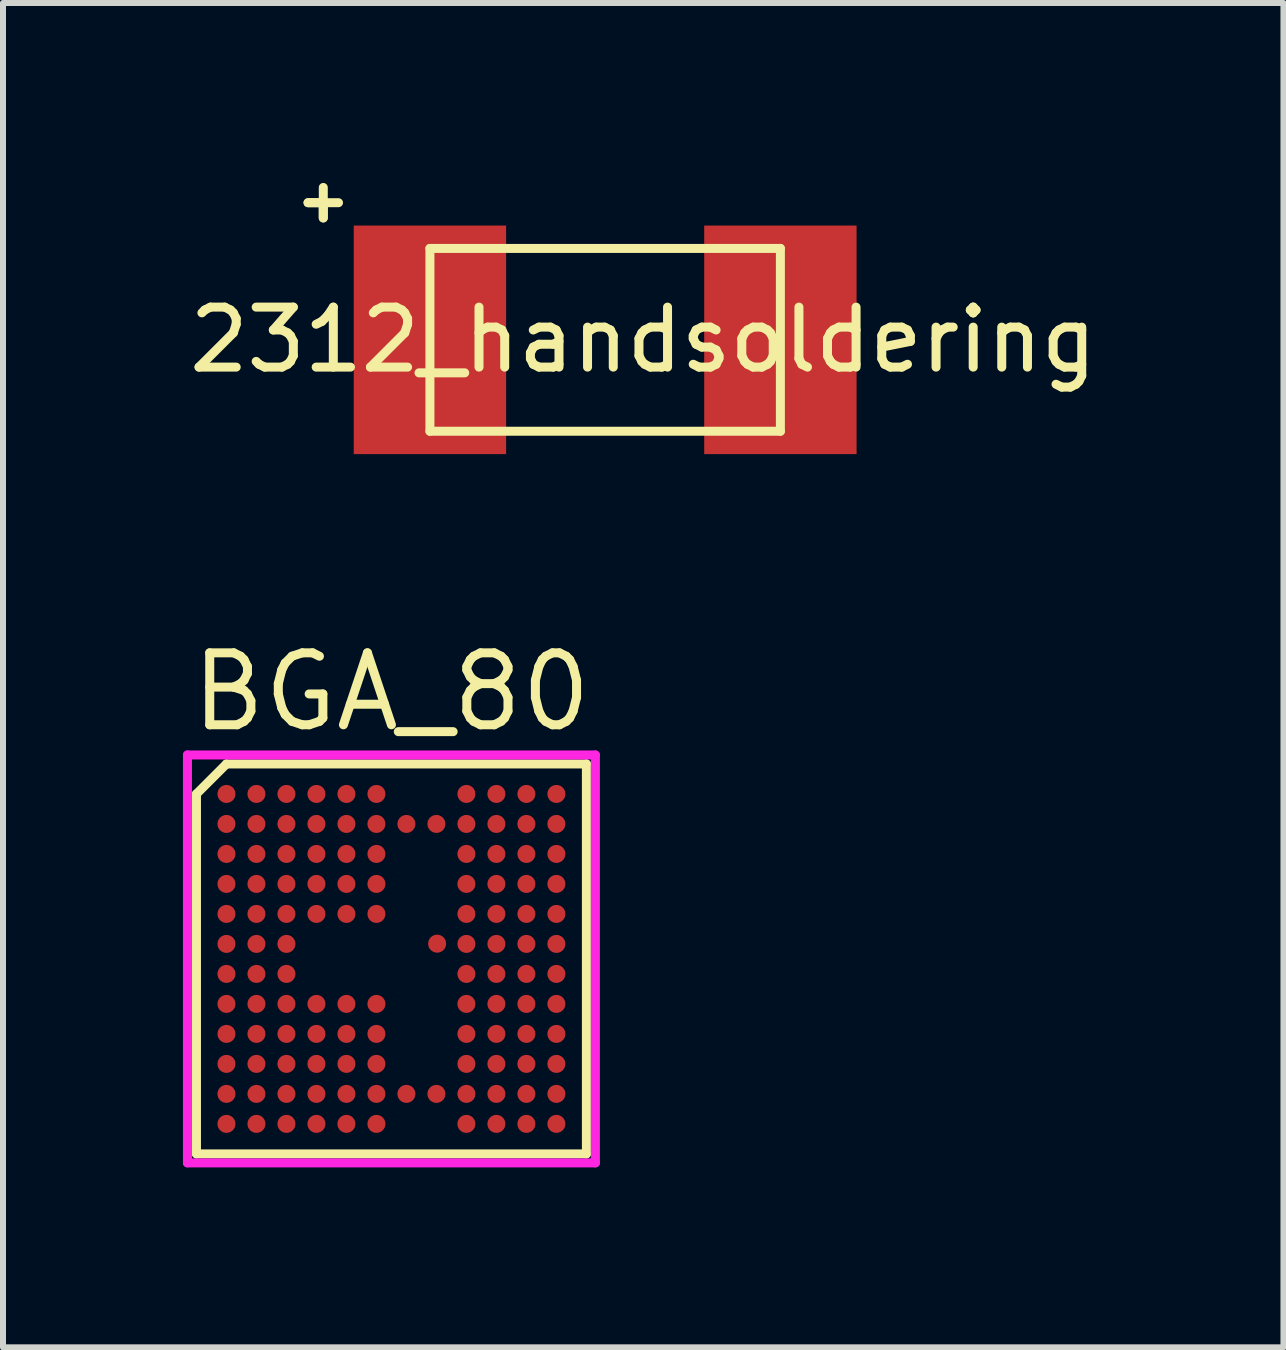
<source format=kicad_pcb>
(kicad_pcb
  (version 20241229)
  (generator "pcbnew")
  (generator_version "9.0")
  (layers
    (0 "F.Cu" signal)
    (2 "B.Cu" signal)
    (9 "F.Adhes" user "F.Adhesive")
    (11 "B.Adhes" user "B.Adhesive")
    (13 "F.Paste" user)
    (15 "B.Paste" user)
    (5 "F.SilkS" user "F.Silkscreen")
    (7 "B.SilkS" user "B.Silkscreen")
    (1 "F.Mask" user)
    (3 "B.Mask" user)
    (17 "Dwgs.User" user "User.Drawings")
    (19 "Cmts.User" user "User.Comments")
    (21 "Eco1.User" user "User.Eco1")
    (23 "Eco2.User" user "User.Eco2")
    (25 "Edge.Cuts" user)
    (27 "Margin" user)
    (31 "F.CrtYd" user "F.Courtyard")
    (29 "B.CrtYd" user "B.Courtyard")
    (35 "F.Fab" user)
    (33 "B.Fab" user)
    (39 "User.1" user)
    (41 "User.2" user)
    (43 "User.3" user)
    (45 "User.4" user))
  (footprint "2312_handsoldering"
    (layer "F.Cu")
    (at 7.165 2.615)
    (property "Reference" "2312_handsoldering" (at 0.508 0 0) (layer "F.SilkS") (effects (font (size 1 1) (thickness 0.15))))
    (attr through_hole)
    (fp_line (start -5.08 -2.286) (end -4.572 -2.286) (stroke (width 0.15) (type solid)) (layer "F.SilkS"))
    (fp_line (start -4.826 -2.54) (end -4.826 -2.032) (stroke (width 0.15) (type solid)) (layer "F.SilkS"))
    (fp_line (start -4.826 -2.286) (end -5.08 -2.286) (stroke (width 0.15) (type solid)) (layer "F.SilkS"))
    (fp_line (start -4.826 -2.032) (end -4.826 -2.286) (stroke (width 0.15) (type solid)) (layer "F.SilkS"))
    (fp_line (start -3.048 -1.524) (end 2.794 -1.524) (stroke (width 0.15) (type solid)) (layer "F.SilkS"))
    (fp_line (start -3.048 1.524) (end -3.048 -1.524) (stroke (width 0.15) (type solid)) (layer "F.SilkS"))
    (fp_line (start -3.048 1.524) (end 2.794 1.524) (stroke (width 0.15) (type solid)) (layer "F.SilkS"))
    (fp_line (start 2.794 -1.524) (end 2.794 1.524) (stroke (width 0.15) (type solid)) (layer "F.SilkS"))
    (pad "1" smd rect (at -3.048 0) (size 2.54 3.81) (layers "F.Cu" "F.Mask" "F.Paste"))
    (pad "2" smd rect (at 2.794 0) (size 2.54 3.81) (layers "F.Cu" "F.Mask" "F.Paste")))
  (footprint "BGA_80"
    (layer "F.Cu")
    (at 3.475 12.935)
    (property "Reference" "BGA_80" (at 0 -4.45 0) (layer "F.SilkS") (effects (font (size 1.2 1.2) (thickness 0.15))))
    (attr through_hole)
    (fp_line (start -3.25 -2.75) (end -3.25 3.25) (stroke (width 0.15) (type solid)) (layer "F.SilkS"))
    (fp_line (start -3.25 3.25) (end 3.25 3.25) (stroke (width 0.15) (type solid)) (layer "F.SilkS"))
    (fp_line (start -2.75 -3.25) (end -3.25 -2.75) (stroke (width 0.15) (type solid)) (layer "F.SilkS"))
    (fp_line (start 3.25 -3.25) (end -2.75 -3.25) (stroke (width 0.15) (type solid)) (layer "F.SilkS"))
    (fp_line (start 3.25 3.25) (end 3.25 -3.25) (stroke (width 0.15) (type solid)) (layer "F.SilkS"))
    (fp_line (start -3.4 -3.4) (end 3.4 -3.4) (stroke (width 0.15) (type solid)) (layer "F.CrtYd"))
    (fp_line (start -3.4 3.4) (end -3.4 -3.4) (stroke (width 0.15) (type solid)) (layer "F.CrtYd"))
    (fp_line (start 3.4 -3.4) (end 3.4 3.4) (stroke (width 0.15) (type solid)) (layer "F.CrtYd"))
    (fp_line (start 3.4 3.4) (end -3.4 3.4) (stroke (width 0.15) (type solid)) (layer "F.CrtYd"))
    (pad "A1" smd circle (at -2.75 -2.75) (size 0.3 0.3) (layers "F.Cu" "F.Mask" "F.Paste"))
    (pad "A2" smd circle (at -2.25 -2.75) (size 0.3 0.3) (layers "F.Cu" "F.Mask" "F.Paste"))
    (pad "A3" smd circle (at -1.75 -2.75) (size 0.3 0.3) (layers "F.Cu" "F.Mask" "F.Paste"))
    (pad "A4" smd circle (at -1.25 -2.75) (size 0.3 0.3) (layers "F.Cu" "F.Mask" "F.Paste"))
    (pad "A5" smd circle (at -0.75 -2.75) (size 0.3 0.3) (layers "F.Cu" "F.Mask" "F.Paste"))
    (pad "A6" smd circle (at -0.25 -2.75) (size 0.3 0.3) (layers "F.Cu" "F.Mask" "F.Paste"))
    (pad "A9" smd circle (at 1.25 -2.75) (size 0.3 0.3) (layers "F.Cu" "F.Mask" "F.Paste"))
    (pad "A10" smd circle (at 1.75 -2.75) (size 0.3 0.3) (layers "F.Cu" "F.Mask" "F.Paste"))
    (pad "A11" smd circle (at 2.25 -2.75) (size 0.3 0.3) (layers "F.Cu" "F.Mask" "F.Paste"))
    (pad "A12" smd circle (at 2.75 -2.75) (size 0.3 0.3) (layers "F.Cu" "F.Mask" "F.Paste"))
    (pad "B1" smd circle (at -2.75 -2.25) (size 0.3 0.3) (layers "F.Cu" "F.Mask" "F.Paste"))
    (pad "B2" smd circle (at -2.25 -2.25) (size 0.3 0.3) (layers "F.Cu" "F.Mask" "F.Paste"))
    (pad "B3" smd circle (at -1.75 -2.25) (size 0.3 0.3) (layers "F.Cu" "F.Mask" "F.Paste"))
    (pad "B4" smd circle (at -1.25 -2.25) (size 0.3 0.3) (layers "F.Cu" "F.Mask" "F.Paste"))
    (pad "B5" smd circle (at -0.75 -2.25) (size 0.3 0.3) (layers "F.Cu" "F.Mask" "F.Paste"))
    (pad "B6" smd circle (at -0.25 -2.25) (size 0.3 0.3) (layers "F.Cu" "F.Mask" "F.Paste"))
    (pad "B7" smd circle (at 0.25 -2.25) (size 0.3 0.3) (layers "F.Cu" "F.Mask" "F.Paste"))
    (pad "B8" smd circle (at 0.75 -2.25) (size 0.3 0.3) (layers "F.Cu" "F.Mask" "F.Paste"))
    (pad "B9" smd circle (at 1.25 -2.25) (size 0.3 0.3) (layers "F.Cu" "F.Mask" "F.Paste"))
    (pad "B10" smd circle (at 1.75 -2.25) (size 0.3 0.3) (layers "F.Cu" "F.Mask" "F.Paste"))
    (pad "B11" smd circle (at 2.25 -2.25) (size 0.3 0.3) (layers "F.Cu" "F.Mask" "F.Paste"))
    (pad "B12" smd circle (at 2.75 -2.25) (size 0.3 0.3) (layers "F.Cu" "F.Mask" "F.Paste"))
    (pad "C1" smd circle (at -2.75 -1.75) (size 0.3 0.3) (layers "F.Cu" "F.Mask" "F.Paste"))
    (pad "C2" smd circle (at -2.25 -1.75) (size 0.3 0.3) (layers "F.Cu" "F.Mask" "F.Paste"))
    (pad "C3" smd circle (at -1.75 -1.75) (size 0.3 0.3) (layers "F.Cu" "F.Mask" "F.Paste"))
    (pad "C4" smd circle (at -1.25 -1.75) (size 0.3 0.3) (layers "F.Cu" "F.Mask" "F.Paste"))
    (pad "C5" smd circle (at -0.75 -1.75) (size 0.3 0.3) (layers "F.Cu" "F.Mask" "F.Paste"))
    (pad "C6" smd circle (at -0.25 -1.75) (size 0.3 0.3) (layers "F.Cu" "F.Mask" "F.Paste"))
    (pad "C9" smd circle (at 1.25 -1.75) (size 0.3 0.3) (layers "F.Cu" "F.Mask" "F.Paste"))
    (pad "C10" smd circle (at 1.75 -1.75) (size 0.3 0.3) (layers "F.Cu" "F.Mask" "F.Paste"))
    (pad "C11" smd circle (at 2.25 -1.75) (size 0.3 0.3) (layers "F.Cu" "F.Mask" "F.Paste"))
    (pad "C12" smd circle (at 2.75 -1.75) (size 0.3 0.3) (layers "F.Cu" "F.Mask" "F.Paste"))
    (pad "D1" smd circle (at -2.75 -1.25) (size 0.3 0.3) (layers "F.Cu" "F.Mask" "F.Paste"))
    (pad "D2" smd circle (at -2.25 -1.25) (size 0.3 0.3) (layers "F.Cu" "F.Mask" "F.Paste"))
    (pad "D3" smd circle (at -1.75 -1.25) (size 0.3 0.3) (layers "F.Cu" "F.Mask" "F.Paste"))
    (pad "D4" smd circle (at -1.25 -1.25) (size 0.3 0.3) (layers "F.Cu" "F.Mask" "F.Paste"))
    (pad "D5" smd circle (at -0.75 -1.25) (size 0.3 0.3) (layers "F.Cu" "F.Mask" "F.Paste"))
    (pad "D6" smd circle (at -0.25 -1.25) (size 0.3 0.3) (layers "F.Cu" "F.Mask" "F.Paste"))
    (pad "D9" smd circle (at 1.25 -1.25) (size 0.3 0.3) (layers "F.Cu" "F.Mask" "F.Paste"))
    (pad "D10" smd circle (at 1.75 -1.25) (size 0.3 0.3) (layers "F.Cu" "F.Mask" "F.Paste"))
    (pad "D11" smd circle (at 2.25 -1.25) (size 0.3 0.3) (layers "F.Cu" "F.Mask" "F.Paste"))
    (pad "D12" smd circle (at 2.75 -1.25) (size 0.3 0.3) (layers "F.Cu" "F.Mask" "F.Paste"))
    (pad "E1" smd circle (at -2.75 -0.75) (size 0.3 0.3) (layers "F.Cu" "F.Mask" "F.Paste"))
    (pad "E2" smd circle (at -2.25 -0.75) (size 0.3 0.3) (layers "F.Cu" "F.Mask" "F.Paste"))
    (pad "E3" smd circle (at -1.75 -0.75) (size 0.3 0.3) (layers "F.Cu" "F.Mask" "F.Paste"))
    (pad "E4" smd circle (at -1.25 -0.75) (size 0.3 0.3) (layers "F.Cu" "F.Mask" "F.Paste"))
    (pad "E5" smd circle (at -0.75 -0.75) (size 0.3 0.3) (layers "F.Cu" "F.Mask" "F.Paste"))
    (pad "E6" smd circle (at -0.25 -0.75) (size 0.3 0.3) (layers "F.Cu" "F.Mask" "F.Paste"))
    (pad "E9" smd circle (at 1.25 -0.75) (size 0.3 0.3) (layers "F.Cu" "F.Mask" "F.Paste"))
    (pad "E10" smd circle (at 1.75 -0.75) (size 0.3 0.3) (layers "F.Cu" "F.Mask" "F.Paste"))
    (pad "E11" smd circle (at 2.25 -0.75) (size 0.3 0.3) (layers "F.Cu" "F.Mask" "F.Paste"))
    (pad "E12" smd circle (at 2.75 -0.75) (size 0.3 0.3) (layers "F.Cu" "F.Mask" "F.Paste"))
    (pad "F1" smd circle (at -2.75 -0.25) (size 0.3 0.3) (layers "F.Cu" "F.Mask" "F.Paste"))
    (pad "F2" smd circle (at -2.25 -0.25) (size 0.3 0.3) (layers "F.Cu" "F.Mask" "F.Paste"))
    (pad "F3" smd circle (at -1.75 -0.25) (size 0.3 0.3) (layers "F.Cu" "F.Mask" "F.Paste"))
    (pad "F8" smd circle (at 0.762 -0.254) (size 0.3 0.3) (layers "F.Cu" "F.Mask" "F.Paste"))
    (pad "F9" smd circle (at 1.25 -0.25) (size 0.3 0.3) (layers "F.Cu" "F.Mask" "F.Paste"))
    (pad "F10" smd circle (at 1.75 -0.25) (size 0.3 0.3) (layers "F.Cu" "F.Mask" "F.Paste"))
    (pad "F11" smd circle (at 2.25 -0.25) (size 0.3 0.3) (layers "F.Cu" "F.Mask" "F.Paste"))
    (pad "F12" smd circle (at 2.75 -0.25) (size 0.3 0.3) (layers "F.Cu" "F.Mask" "F.Paste"))
    (pad "G1" smd circle (at -2.75 0.25) (size 0.3 0.3) (layers "F.Cu" "F.Mask" "F.Paste"))
    (pad "G2" smd circle (at -2.25 0.25) (size 0.3 0.3) (layers "F.Cu" "F.Mask" "F.Paste"))
    (pad "G3" smd circle (at -1.75 0.25) (size 0.3 0.3) (layers "F.Cu" "F.Mask" "F.Paste"))
    (pad "G9" smd circle (at 1.25 0.25) (size 0.3 0.3) (layers "F.Cu" "F.Mask" "F.Paste"))
    (pad "G10" smd circle (at 1.75 0.25) (size 0.3 0.3) (layers "F.Cu" "F.Mask" "F.Paste"))
    (pad "G11" smd circle (at 2.25 0.25) (size 0.3 0.3) (layers "F.Cu" "F.Mask" "F.Paste"))
    (pad "G12" smd circle (at 2.75 0.25) (size 0.3 0.3) (layers "F.Cu" "F.Mask" "F.Paste"))
    (pad "H1" smd circle (at -2.75 0.75) (size 0.3 0.3) (layers "F.Cu" "F.Mask" "F.Paste"))
    (pad "H2" smd circle (at -2.25 0.75) (size 0.3 0.3) (layers "F.Cu" "F.Mask" "F.Paste"))
    (pad "H3" smd circle (at -1.75 0.75) (size 0.3 0.3) (layers "F.Cu" "F.Mask" "F.Paste"))
    (pad "H4" smd circle (at -1.25 0.75) (size 0.3 0.3) (layers "F.Cu" "F.Mask" "F.Paste"))
    (pad "H5" smd circle (at -0.75 0.75) (size 0.3 0.3) (layers "F.Cu" "F.Mask" "F.Paste"))
    (pad "H6" smd circle (at -0.25 0.75) (size 0.3 0.3) (layers "F.Cu" "F.Mask" "F.Paste"))
    (pad "H9" smd circle (at 1.25 0.75) (size 0.3 0.3) (layers "F.Cu" "F.Mask" "F.Paste"))
    (pad "H10" smd circle (at 1.75 0.75) (size 0.3 0.3) (layers "F.Cu" "F.Mask" "F.Paste"))
    (pad "H11" smd circle (at 2.25 0.75) (size 0.3 0.3) (layers "F.Cu" "F.Mask" "F.Paste"))
    (pad "H12" smd circle (at 2.75 0.75) (size 0.3 0.3) (layers "F.Cu" "F.Mask" "F.Paste"))
    (pad "J1" smd circle (at -2.75 1.25) (size 0.3 0.3) (layers "F.Cu" "F.Mask" "F.Paste"))
    (pad "J2" smd circle (at -2.25 1.25) (size 0.3 0.3) (layers "F.Cu" "F.Mask" "F.Paste"))
    (pad "J3" smd circle (at -1.75 1.25) (size 0.3 0.3) (layers "F.Cu" "F.Mask" "F.Paste"))
    (pad "J4" smd circle (at -1.25 1.25) (size 0.3 0.3) (layers "F.Cu" "F.Mask" "F.Paste"))
    (pad "J5" smd circle (at -0.75 1.25) (size 0.3 0.3) (layers "F.Cu" "F.Mask" "F.Paste"))
    (pad "J6" smd circle (at -0.25 1.25) (size 0.3 0.3) (layers "F.Cu" "F.Mask" "F.Paste"))
    (pad "J9" smd circle (at 1.25 1.25) (size 0.3 0.3) (layers "F.Cu" "F.Mask" "F.Paste"))
    (pad "J10" smd circle (at 1.75 1.25) (size 0.3 0.3) (layers "F.Cu" "F.Mask" "F.Paste"))
    (pad "J11" smd circle (at 2.25 1.25) (size 0.3 0.3) (layers "F.Cu" "F.Mask" "F.Paste"))
    (pad "J12" smd circle (at 2.75 1.25) (size 0.3 0.3) (layers "F.Cu" "F.Mask" "F.Paste"))
    (pad "K1" smd circle (at -2.75 1.75) (size 0.3 0.3) (layers "F.Cu" "F.Mask" "F.Paste"))
    (pad "K2" smd circle (at -2.25 1.75) (size 0.3 0.3) (layers "F.Cu" "F.Mask" "F.Paste"))
    (pad "K3" smd circle (at -1.75 1.75) (size 0.3 0.3) (layers "F.Cu" "F.Mask" "F.Paste"))
    (pad "K4" smd circle (at -1.25 1.75) (size 0.3 0.3) (layers "F.Cu" "F.Mask" "F.Paste"))
    (pad "K5" smd circle (at -0.75 1.75) (size 0.3 0.3) (layers "F.Cu" "F.Mask" "F.Paste"))
    (pad "K6" smd circle (at -0.25 1.75) (size 0.3 0.3) (layers "F.Cu" "F.Mask" "F.Paste"))
    (pad "K9" smd circle (at 1.25 1.75) (size 0.3 0.3) (layers "F.Cu" "F.Mask" "F.Paste"))
    (pad "K10" smd circle (at 1.75 1.75) (size 0.3 0.3) (layers "F.Cu" "F.Mask" "F.Paste"))
    (pad "K11" smd circle (at 2.25 1.75) (size 0.3 0.3) (layers "F.Cu" "F.Mask" "F.Paste"))
    (pad "K12" smd circle (at 2.75 1.75) (size 0.3 0.3) (layers "F.Cu" "F.Mask" "F.Paste"))
    (pad "L1" smd circle (at -2.75 2.25) (size 0.3 0.3) (layers "F.Cu" "F.Mask" "F.Paste"))
    (pad "L2" smd circle (at -2.25 2.25) (size 0.3 0.3) (layers "F.Cu" "F.Mask" "F.Paste"))
    (pad "L3" smd circle (at -1.75 2.25) (size 0.3 0.3) (layers "F.Cu" "F.Mask" "F.Paste"))
    (pad "L4" smd circle (at -1.25 2.25) (size 0.3 0.3) (layers "F.Cu" "F.Mask" "F.Paste"))
    (pad "L5" smd circle (at -0.75 2.25) (size 0.3 0.3) (layers "F.Cu" "F.Mask" "F.Paste"))
    (pad "L6" smd circle (at -0.25 2.25) (size 0.3 0.3) (layers "F.Cu" "F.Mask" "F.Paste"))
    (pad "L7" smd circle (at 0.25 2.25) (size 0.3 0.3) (layers "F.Cu" "F.Mask" "F.Paste"))
    (pad "L8" smd circle (at 0.75 2.25) (size 0.3 0.3) (layers "F.Cu" "F.Mask" "F.Paste"))
    (pad "L9" smd circle (at 1.25 2.25) (size 0.3 0.3) (layers "F.Cu" "F.Mask" "F.Paste"))
    (pad "L10" smd circle (at 1.75 2.25) (size 0.3 0.3) (layers "F.Cu" "F.Mask" "F.Paste"))
    (pad "L11" smd circle (at 2.25 2.25) (size 0.3 0.3) (layers "F.Cu" "F.Mask" "F.Paste"))
    (pad "L12" smd circle (at 2.75 2.25) (size 0.3 0.3) (layers "F.Cu" "F.Mask" "F.Paste"))
    (pad "M1" smd circle (at -2.75 2.75) (size 0.3 0.3) (layers "F.Cu" "F.Mask" "F.Paste"))
    (pad "M2" smd circle (at -2.25 2.75) (size 0.3 0.3) (layers "F.Cu" "F.Mask" "F.Paste"))
    (pad "M3" smd circle (at -1.75 2.75) (size 0.3 0.3) (layers "F.Cu" "F.Mask" "F.Paste"))
    (pad "M4" smd circle (at -1.25 2.75) (size 0.3 0.3) (layers "F.Cu" "F.Mask" "F.Paste"))
    (pad "M5" smd circle (at -0.75 2.75) (size 0.3 0.3) (layers "F.Cu" "F.Mask" "F.Paste"))
    (pad "M6" smd circle (at -0.25 2.75) (size 0.3 0.3) (layers "F.Cu" "F.Mask" "F.Paste"))
    (pad "M9" smd circle (at 1.25 2.75) (size 0.3 0.3) (layers "F.Cu" "F.Mask" "F.Paste"))
    (pad "M10" smd circle (at 1.75 2.75) (size 0.3 0.3) (layers "F.Cu" "F.Mask" "F.Paste"))
    (pad "M11" smd circle (at 2.25 2.75) (size 0.3 0.3) (layers "F.Cu" "F.Mask" "F.Paste"))
    (pad "M12" smd circle (at 2.75 2.75) (size 0.3 0.3) (layers "F.Cu" "F.Mask" "F.Paste")))
  (gr_rect
    (start -3 -3)
    (end 18.345 19.41)
    (stroke (width 0.1) (type default))
    (fill no)
    (layer "Edge.Cuts")))
</source>
